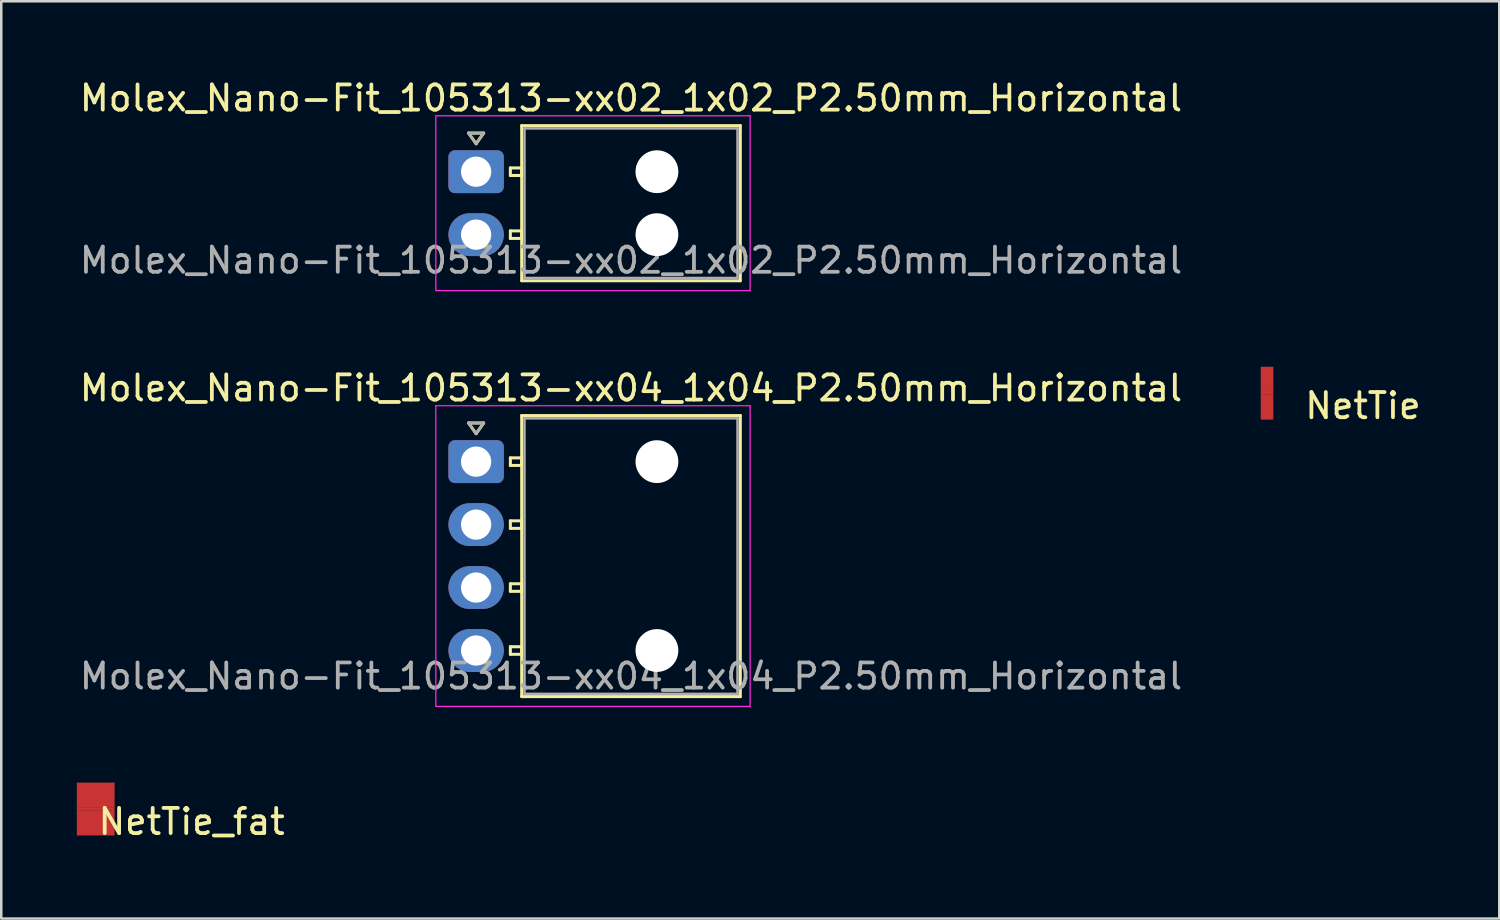
<source format=kicad_pcb>
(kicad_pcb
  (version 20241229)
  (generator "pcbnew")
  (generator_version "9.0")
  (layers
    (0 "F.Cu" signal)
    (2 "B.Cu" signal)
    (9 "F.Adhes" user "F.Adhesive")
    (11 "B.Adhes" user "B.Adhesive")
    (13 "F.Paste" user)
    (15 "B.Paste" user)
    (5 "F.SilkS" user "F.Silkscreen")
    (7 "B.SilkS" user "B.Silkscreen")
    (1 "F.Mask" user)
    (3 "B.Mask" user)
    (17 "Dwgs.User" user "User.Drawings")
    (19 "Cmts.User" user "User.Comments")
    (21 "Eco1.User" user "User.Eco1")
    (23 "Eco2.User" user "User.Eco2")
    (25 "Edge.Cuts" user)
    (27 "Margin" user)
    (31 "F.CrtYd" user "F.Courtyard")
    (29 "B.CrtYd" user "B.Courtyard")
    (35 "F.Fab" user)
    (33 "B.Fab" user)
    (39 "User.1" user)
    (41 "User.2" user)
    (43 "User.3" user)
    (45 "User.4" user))
  (footprint "Molex_Nano-Fit_105313-xx04_1x04_P2.50mm_Horizontal"
    (layer "F.Cu")
    (at 15.856 15.281)
    (property "Reference" "Molex_Nano-Fit_105313-xx04_1x04_P2.50mm_Horizontal" (at 6.15 -2.92 0) (layer "F.SilkS") (effects (font (size 1 1) (thickness 0.15))))
    (attr through_hole)
    (fp_line (start -0.3 -1.534) (end 0 -1.11) (stroke (width 0.12) (type solid)) (layer "F.SilkS"))
    (fp_line (start 0 -1.11) (end 0.3 -1.534) (stroke (width 0.12) (type solid)) (layer "F.SilkS"))
    (fp_line (start 0.3 -1.534) (end -0.3 -1.534) (stroke (width 0.12) (type solid)) (layer "F.SilkS"))
    (fp_line (start 1.36 -0.15) (end 1.36 0.15) (stroke (width 0.12) (type solid)) (layer "F.SilkS"))
    (fp_line (start 1.36 0.15) (end 1.81 0.15) (stroke (width 0.12) (type solid)) (layer "F.SilkS"))
    (fp_line (start 1.36 2.35) (end 1.36 2.65) (stroke (width 0.12) (type solid)) (layer "F.SilkS"))
    (fp_line (start 1.36 2.65) (end 1.81 2.65) (stroke (width 0.12) (type solid)) (layer "F.SilkS"))
    (fp_line (start 1.36 4.85) (end 1.36 5.15) (stroke (width 0.12) (type solid)) (layer "F.SilkS"))
    (fp_line (start 1.36 5.15) (end 1.81 5.15) (stroke (width 0.12) (type solid)) (layer "F.SilkS"))
    (fp_line (start 1.36 7.35) (end 1.36 7.65) (stroke (width 0.12) (type solid)) (layer "F.SilkS"))
    (fp_line (start 1.36 7.65) (end 1.81 7.65) (stroke (width 0.12) (type solid)) (layer "F.SilkS"))
    (fp_line (start 1.81 -1.83) (end 1.81 9.33) (stroke (width 0.12) (type solid)) (layer "F.SilkS"))
    (fp_line (start 1.81 -0.15) (end 1.36 -0.15) (stroke (width 0.12) (type solid)) (layer "F.SilkS"))
    (fp_line (start 1.81 0.15) (end 1.81 -0.15) (stroke (width 0.12) (type solid)) (layer "F.SilkS"))
    (fp_line (start 1.81 2.35) (end 1.36 2.35) (stroke (width 0.12) (type solid)) (layer "F.SilkS"))
    (fp_line (start 1.81 2.65) (end 1.81 2.35) (stroke (width 0.12) (type solid)) (layer "F.SilkS"))
    (fp_line (start 1.81 4.85) (end 1.36 4.85) (stroke (width 0.12) (type solid)) (layer "F.SilkS"))
    (fp_line (start 1.81 5.15) (end 1.81 4.85) (stroke (width 0.12) (type solid)) (layer "F.SilkS"))
    (fp_line (start 1.81 7.35) (end 1.36 7.35) (stroke (width 0.12) (type solid)) (layer "F.SilkS"))
    (fp_line (start 1.81 7.65) (end 1.81 7.35) (stroke (width 0.12) (type solid)) (layer "F.SilkS"))
    (fp_line (start 1.81 9.33) (end 10.49 9.33) (stroke (width 0.12) (type solid)) (layer "F.SilkS"))
    (fp_line (start 10.49 -1.83) (end 1.81 -1.83) (stroke (width 0.12) (type solid)) (layer "F.SilkS"))
    (fp_line (start 10.49 9.33) (end 10.49 -1.83) (stroke (width 0.12) (type solid)) (layer "F.SilkS"))
    (fp_line (start -1.6 -2.22) (end -1.6 9.72) (stroke (width 0.05) (type solid)) (layer "F.CrtYd"))
    (fp_line (start -1.6 9.72) (end 10.88 9.72) (stroke (width 0.05) (type solid)) (layer "F.CrtYd"))
    (fp_line (start 10.88 -2.22) (end -1.6 -2.22) (stroke (width 0.05) (type solid)) (layer "F.CrtYd"))
    (fp_line (start 10.88 9.72) (end 10.88 -2.22) (stroke (width 0.05) (type solid)) (layer "F.CrtYd"))
    (fp_line (start -0.3 -1.534) (end 0 -1.11) (stroke (width 0.1) (type solid)) (layer "F.Fab"))
    (fp_line (start 0 -1.11) (end 0.3 -1.534) (stroke (width 0.1) (type solid)) (layer "F.Fab"))
    (fp_line (start 0.3 -1.534) (end -0.3 -1.534) (stroke (width 0.1) (type solid)) (layer "F.Fab"))
    (fp_line (start 1.92 -1.72) (end 1.92 9.22) (stroke (width 0.1) (type solid)) (layer "F.Fab"))
    (fp_line (start 1.92 9.22) (end 10.38 9.22) (stroke (width 0.1) (type solid)) (layer "F.Fab"))
    (fp_line (start 10.38 -1.72) (end 1.92 -1.72) (stroke (width 0.1) (type solid)) (layer "F.Fab"))
    (fp_line (start 10.38 9.22) (end 10.38 -1.72) (stroke (width 0.1) (type solid)) (layer "F.Fab"))
    (fp_text user "${REFERENCE}" (at 6.15 8.52 0) (layer "F.Fab") (effects (font (size 1 1) (thickness 0.15))))
    (pad "" np_thru_hole circle (at 7.18 0) (size 1.7 1.7) (drill 1.7) (layers "*.Cu" "*.Mask"))
    (pad "" np_thru_hole circle (at 7.18 7.5) (size 1.7 1.7) (drill 1.7) (layers "*.Cu" "*.Mask"))
    (pad "1" thru_hole roundrect (at 0 0) (size 2.2 1.7) (drill 1.2) (layers "*.Cu" "*.Mask") (roundrect_rratio 0.147))
    (pad "2" thru_hole oval (at 0 2.5) (size 2.2 1.7) (drill 1.2) (layers "*.Cu" "*.Mask"))
    (pad "3" thru_hole oval (at 0 5) (size 2.2 1.7) (drill 1.2) (layers "*.Cu" "*.Mask"))
    (pad "4" thru_hole oval (at 0 7.5) (size 2.2 1.7) (drill 1.2) (layers "*.Cu" "*.Mask")))
  (footprint "NetTie_fat"
    (layer "F.Cu")
    (at 0.75 29.076)
    (property "Reference" "NetTie_fat" (at 3.81 0.5 0) (layer "F.SilkS") (effects (font (size 1 1) (thickness 0.15))))
    (attr exclude_from_pos_files exclude_from_bom)
    (fp_poly (pts (xy 0.75 0.06) (xy -0.75 0.06) (xy -0.75 -0.06) (xy 0.75 -0.06)) (stroke (width 0.001) (type solid)) (fill yes) (layer "F.Cu"))
    (pad "1" smd rect (at 0 -0.55) (size 1.5 1) (layers "F.Cu"))
    (pad "2" smd rect (at 0 0.55) (size 1.5 1) (layers "F.Cu")))
  (footprint "Molex_Nano-Fit_105313-xx02_1x02_P2.50mm_Horizontal"
    (layer "F.Cu")
    (at 15.856 3.768)
    (property "Reference" "Molex_Nano-Fit_105313-xx02_1x02_P2.50mm_Horizontal" (at 6.15 -2.92 0) (layer "F.SilkS") (effects (font (size 1 1) (thickness 0.15))))
    (attr through_hole)
    (fp_line (start -0.3 -1.534) (end 0 -1.11) (stroke (width 0.12) (type solid)) (layer "F.SilkS"))
    (fp_line (start 0 -1.11) (end 0.3 -1.534) (stroke (width 0.12) (type solid)) (layer "F.SilkS"))
    (fp_line (start 0.3 -1.534) (end -0.3 -1.534) (stroke (width 0.12) (type solid)) (layer "F.SilkS"))
    (fp_line (start 1.36 -0.15) (end 1.36 0.15) (stroke (width 0.12) (type solid)) (layer "F.SilkS"))
    (fp_line (start 1.36 0.15) (end 1.81 0.15) (stroke (width 0.12) (type solid)) (layer "F.SilkS"))
    (fp_line (start 1.36 2.35) (end 1.36 2.65) (stroke (width 0.12) (type solid)) (layer "F.SilkS"))
    (fp_line (start 1.36 2.65) (end 1.81 2.65) (stroke (width 0.12) (type solid)) (layer "F.SilkS"))
    (fp_line (start 1.81 -1.83) (end 1.81 4.33) (stroke (width 0.12) (type solid)) (layer "F.SilkS"))
    (fp_line (start 1.81 -0.15) (end 1.36 -0.15) (stroke (width 0.12) (type solid)) (layer "F.SilkS"))
    (fp_line (start 1.81 0.15) (end 1.81 -0.15) (stroke (width 0.12) (type solid)) (layer "F.SilkS"))
    (fp_line (start 1.81 2.35) (end 1.36 2.35) (stroke (width 0.12) (type solid)) (layer "F.SilkS"))
    (fp_line (start 1.81 2.65) (end 1.81 2.35) (stroke (width 0.12) (type solid)) (layer "F.SilkS"))
    (fp_line (start 1.81 4.33) (end 10.49 4.33) (stroke (width 0.12) (type solid)) (layer "F.SilkS"))
    (fp_line (start 10.49 -1.83) (end 1.81 -1.83) (stroke (width 0.12) (type solid)) (layer "F.SilkS"))
    (fp_line (start 10.49 4.33) (end 10.49 -1.83) (stroke (width 0.12) (type solid)) (layer "F.SilkS"))
    (fp_line (start -1.6 -2.22) (end -1.6 4.72) (stroke (width 0.05) (type solid)) (layer "F.CrtYd"))
    (fp_line (start -1.6 4.72) (end 10.88 4.72) (stroke (width 0.05) (type solid)) (layer "F.CrtYd"))
    (fp_line (start 10.88 -2.22) (end -1.6 -2.22) (stroke (width 0.05) (type solid)) (layer "F.CrtYd"))
    (fp_line (start 10.88 4.72) (end 10.88 -2.22) (stroke (width 0.05) (type solid)) (layer "F.CrtYd"))
    (fp_line (start -0.3 -1.534) (end 0 -1.11) (stroke (width 0.1) (type solid)) (layer "F.Fab"))
    (fp_line (start 0 -1.11) (end 0.3 -1.534) (stroke (width 0.1) (type solid)) (layer "F.Fab"))
    (fp_line (start 0.3 -1.534) (end -0.3 -1.534) (stroke (width 0.1) (type solid)) (layer "F.Fab"))
    (fp_line (start 1.92 -1.72) (end 1.92 4.22) (stroke (width 0.1) (type solid)) (layer "F.Fab"))
    (fp_line (start 1.92 4.22) (end 10.38 4.22) (stroke (width 0.1) (type solid)) (layer "F.Fab"))
    (fp_line (start 10.38 -1.72) (end 1.92 -1.72) (stroke (width 0.1) (type solid)) (layer "F.Fab"))
    (fp_line (start 10.38 4.22) (end 10.38 -1.72) (stroke (width 0.1) (type solid)) (layer "F.Fab"))
    (fp_text user "${REFERENCE}" (at 6.15 3.52 0) (layer "F.Fab") (effects (font (size 1 1) (thickness 0.15))))
    (pad "" np_thru_hole circle (at 7.18 0) (size 1.7 1.7) (drill 1.7) (layers "*.Cu" "*.Mask"))
    (pad "" np_thru_hole circle (at 7.18 2.5) (size 1.7 1.7) (drill 1.7) (layers "*.Cu" "*.Mask"))
    (pad "1" thru_hole roundrect (at 0 0) (size 2.2 1.7) (drill 1.2) (layers "*.Cu" "*.Mask") (roundrect_rratio 0.147))
    (pad "2" thru_hole oval (at 0 2.5) (size 2.2 1.7) (drill 1.2) (layers "*.Cu" "*.Mask")))
  (footprint "NetTie"
    (layer "F.Cu")
    (at 47.262 12.563)
    (property "Reference" "NetTie" (at 3.81 0.5 0) (layer "F.SilkS") (effects (font (size 1 1) (thickness 0.15))))
    (attr exclude_from_pos_files exclude_from_bom)
    (fp_poly (pts (xy 0.25 0.06) (xy -0.25 0.06) (xy -0.25 -0.06) (xy 0.25 -0.06)) (stroke (width 0.001) (type solid)) (fill yes) (layer "F.Cu"))
    (pad "1" smd rect (at 0 -0.55) (size 0.5 1) (layers "F.Cu"))
    (pad "2" smd rect (at 0 0.55) (size 0.5 1) (layers "F.Cu")))
  (gr_rect
    (start -3 -3)
    (end 56.483 33.425)
    (stroke (width 0.1) (type default))
    (fill no)
    (layer "Edge.Cuts")))
</source>
